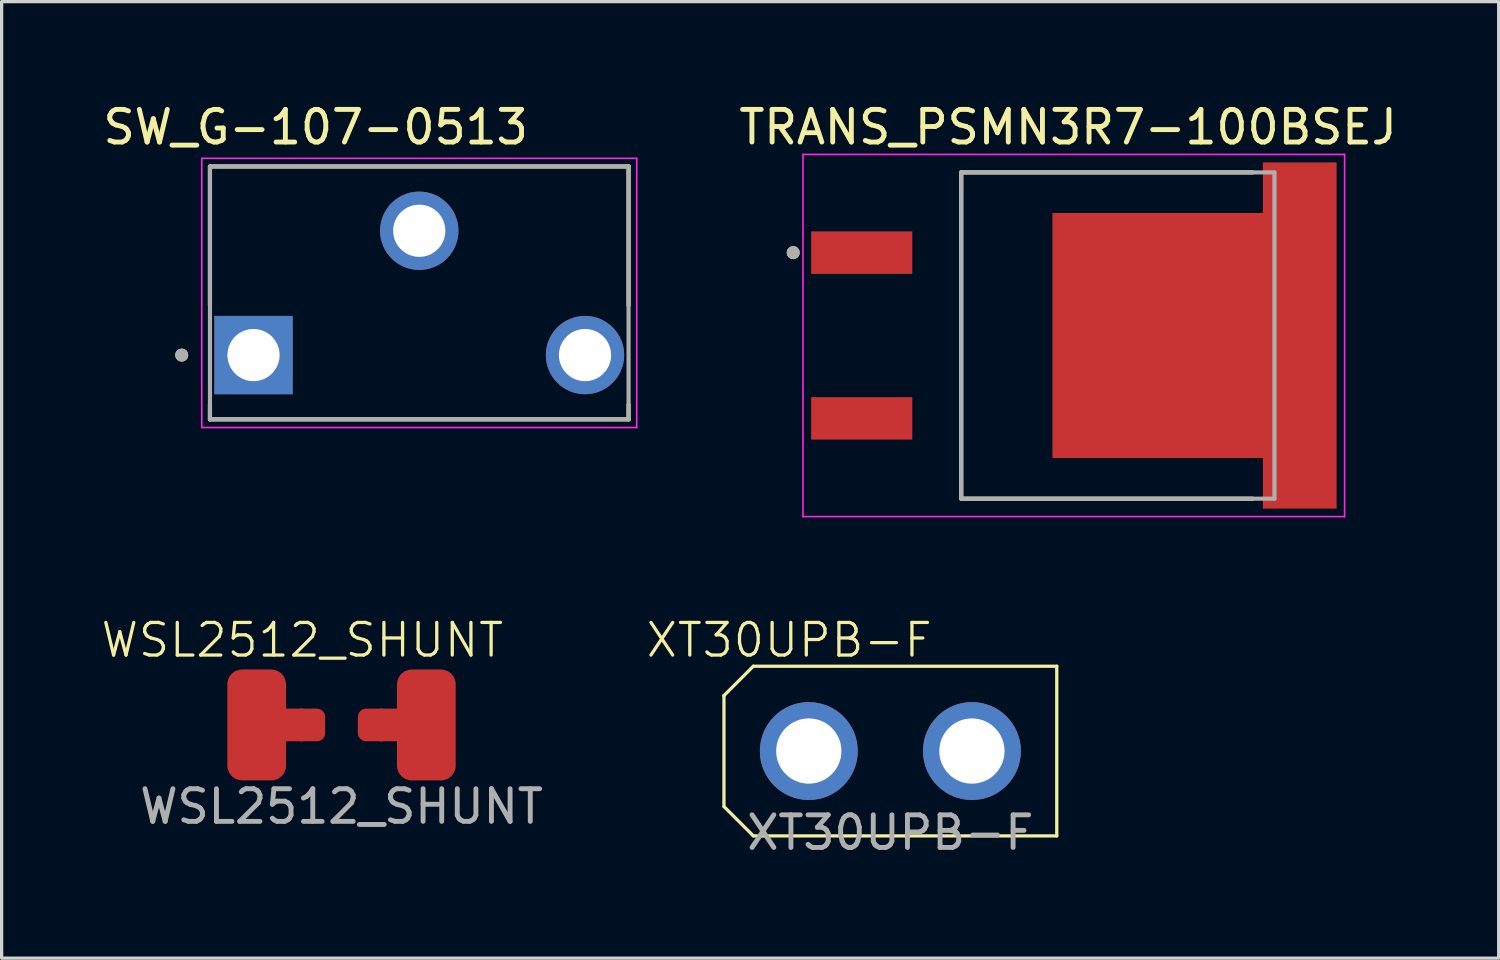
<source format=kicad_pcb>
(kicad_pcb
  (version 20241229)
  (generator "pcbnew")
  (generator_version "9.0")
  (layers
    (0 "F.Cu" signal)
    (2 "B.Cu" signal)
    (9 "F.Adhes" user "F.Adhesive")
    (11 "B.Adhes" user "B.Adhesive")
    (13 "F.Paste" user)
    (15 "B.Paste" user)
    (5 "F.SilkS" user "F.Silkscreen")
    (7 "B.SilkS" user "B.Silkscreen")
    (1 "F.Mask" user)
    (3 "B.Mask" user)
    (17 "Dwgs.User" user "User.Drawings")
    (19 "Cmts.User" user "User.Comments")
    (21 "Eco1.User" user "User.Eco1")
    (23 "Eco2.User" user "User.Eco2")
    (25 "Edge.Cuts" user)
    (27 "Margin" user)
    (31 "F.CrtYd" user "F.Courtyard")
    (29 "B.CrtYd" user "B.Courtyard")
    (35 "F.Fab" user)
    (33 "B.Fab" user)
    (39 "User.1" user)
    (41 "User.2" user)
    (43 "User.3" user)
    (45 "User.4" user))
  (footprint "XT30UPB-F"
    (layer "F.Cu")
    (at 24.239 19.969)
    (property "Reference" "XT30UPB-F" (at -3.1 -3.4 0) (unlocked yes) (layer "F.SilkS") (effects (font (size 1 1) (thickness 0.1))))
    (attr through_hole)
    (fp_line (start -5.1 -1.7) (end -5.1 1.7) (stroke (width 0.1) (type default)) (layer "F.SilkS"))
    (fp_line (start -5.1 1.7) (end -4.2 2.6) (stroke (width 0.1) (type default)) (layer "F.SilkS"))
    (fp_line (start -4.2 -2.6) (end -5.1 -1.7) (stroke (width 0.1) (type default)) (layer "F.SilkS"))
    (fp_line (start -4.2 -2.6) (end 5.1 -2.6) (stroke (width 0.1) (type default)) (layer "F.SilkS"))
    (fp_line (start 5.1 -2.6) (end 5.1 2.6) (stroke (width 0.1) (type default)) (layer "F.SilkS"))
    (fp_line (start 5.1 2.6) (end -4.2 2.6) (stroke (width 0.1) (type default)) (layer "F.SilkS"))
    (fp_text user "${REFERENCE}" (at 0 2.5 0) (unlocked yes) (layer "F.Fab") (effects (font (size 1 1) (thickness 0.15))))
    (pad "1" thru_hole circle (at -2.5 0) (size 3 3) (drill 2) (layers "*.Cu" "*.Mask"))
    (pad "2" thru_hole circle (at 2.5 0) (size 3 3) (drill 2) (layers "*.Cu" "*.Mask")))
  (footprint "WSL2512_SHUNT"
    (layer "F.Cu")
    (at 7.417 19.169)
    (property "Reference" "WSL2512_SHUNT" (at -1.2 -2.6 0) (unlocked yes) (layer "F.SilkS") (effects (font (size 1 1) (thickness 0.1))))
    (attr smd)
    (fp_poly (pts (xy -2 -0.4) (xy -1.2 -0.4) (xy -1.2 0.4) (xy -2 0.4)) (stroke (width 0.2) (type solid)) (fill yes) (layer "F.Cu"))
    (fp_poly (pts (xy 2 0.4) (xy 1.2 0.4) (xy 1.2 -0.4) (xy 2 -0.4)) (stroke (width 0.2) (type solid)) (fill yes) (layer "F.Cu"))
    (fp_poly (pts (xy -1.9 -0.4) (xy -1.1 -0.4) (xy -1.1 0.4) (xy -1.9 0.4)) (stroke (width 0.2) (type solid)) (fill yes) (layer "F.Mask"))
    (fp_poly (pts (xy 1.9 0.4) (xy 1.1 0.4) (xy 1.1 -0.4) (xy 1.9 -0.4)) (stroke (width 0.2) (type solid)) (fill yes) (layer "F.Mask"))
    (fp_poly (pts (xy -2 -0.4) (xy -1.2 -0.4) (xy -1.2 0.4) (xy -2 0.4)) (stroke (width 0.2) (type solid)) (fill yes) (layer "F.Paste"))
    (fp_poly (pts (xy 1.9 0.4) (xy 1.1 0.4) (xy 1.1 -0.4) (xy 1.9 -0.4)) (stroke (width 0.2) (type solid)) (fill yes) (layer "F.Paste"))
    (fp_text user "${REFERENCE}" (at 0 2.5 0) (unlocked yes) (layer "F.Fab") (effects (font (size 1 1) (thickness 0.15))))
    (pad "1" smd roundrect (at -2.6 0 90) (size 3.4 1.8) (layers "F.Cu" "F.Mask" "F.Paste") (roundrect_rratio 0.25))
    (pad "2" smd roundrect (at -1 0 180) (size 1 1) (layers "F.Cu" "F.Mask" "F.Paste") (roundrect_rratio 0.25))
    (pad "3" smd roundrect (at 1 0) (size 1 1) (layers "F.Cu" "F.Mask" "F.Paste") (roundrect_rratio 0.25))
    (pad "4" smd roundrect (at 2.6 0 90) (size 3.4 1.8) (layers "F.Cu" "F.Mask" "F.Paste") (roundrect_rratio 0.25)))
  (footprint "TRANS_PSMN3R7-100BSEJ"
    (layer "F.Cu")
    (at 29.761 7.233)
    (property "Reference" "TRANS_PSMN3R7-100BSEJ" (at -0.075 -6.385 0) (layer "F.SilkS") (effects (font (size 1 1) (thickness 0.15))))
    (attr smd)
    (fp_poly (pts (xy -7.95 -3.19) (xy -4.85 -3.19) (xy -4.85 -1.89) (xy -7.95 -1.89)) (stroke (width 0.01) (type solid)) (fill yes) (layer "F.Mask"))
    (fp_poly (pts (xy -7.95 1.89) (xy -4.85 1.89) (xy -4.85 3.19) (xy -7.95 3.19)) (stroke (width 0.01) (type solid)) (fill yes) (layer "F.Mask"))
    (fp_poly (pts (xy -0.55 -3.75) (xy -0.55 3.75) (xy 5.9 3.75) (xy 5.9 5.3) (xy 8.15 5.3) (xy 8.15 -5.3) (xy 5.9 -5.3) (xy 5.9 -3.75)) (stroke (width 0.01) (type solid)) (fill yes) (layer "F.Mask"))
    (fp_line (start -3.35 -5) (end 5.58 -5) (stroke (width 0.127) (type solid)) (layer "F.SilkS"))
    (fp_line (start -3.35 5) (end -3.35 -5) (stroke (width 0.127) (type solid)) (layer "F.SilkS"))
    (fp_line (start 5.58 5) (end -3.35 5) (stroke (width 0.127) (type solid)) (layer "F.SilkS"))
    (fp_circle (center -8.5 -2.54) (end -8.4 -2.54) (stroke (width 0.2) (type solid)) (fill no) (layer "F.SilkS"))
    (fp_poly (pts (xy -7.9 -3.14) (xy -6.5 -3.14) (xy -6.5 -1.94) (xy -7.9 -1.94)) (stroke (width 0.01) (type solid)) (fill yes) (layer "F.Paste"))
    (fp_poly (pts (xy -7.9 1.94) (xy -6.5 1.94) (xy -6.5 3.14) (xy -7.9 3.14)) (stroke (width 0.01) (type solid)) (fill yes) (layer "F.Paste"))
    (fp_poly (pts (xy -6.3 -3.14) (xy -4.9 -3.14) (xy -4.9 -1.94) (xy -6.3 -1.94)) (stroke (width 0.01) (type solid)) (fill yes) (layer "F.Paste"))
    (fp_poly (pts (xy -6.3 1.94) (xy -4.9 1.94) (xy -4.9 3.14) (xy -6.3 3.14)) (stroke (width 0.01) (type solid)) (fill yes) (layer "F.Paste"))
    (fp_poly (pts (xy -0.25 -3.7) (xy 1.25 -3.7) (xy 1.25 -2) (xy -0.25 -2)) (stroke (width 0.01) (type solid)) (fill yes) (layer "F.Paste"))
    (fp_poly (pts (xy -0.25 -1.8) (xy 1.25 -1.8) (xy 1.25 -0.1) (xy -0.25 -0.1)) (stroke (width 0.01) (type solid)) (fill yes) (layer "F.Paste"))
    (fp_poly (pts (xy -0.25 0.1) (xy 1.25 0.1) (xy 1.25 1.8) (xy -0.25 1.8)) (stroke (width 0.01) (type solid)) (fill yes) (layer "F.Paste"))
    (fp_poly (pts (xy -0.25 2) (xy 1.25 2) (xy 1.25 3.7) (xy -0.25 3.7)) (stroke (width 0.01) (type solid)) (fill yes) (layer "F.Paste"))
    (fp_poly (pts (xy 2.85 -3.7) (xy 4.35 -3.7) (xy 4.35 -2) (xy 2.85 -2)) (stroke (width 0.01) (type solid)) (fill yes) (layer "F.Paste"))
    (fp_poly (pts (xy 2.85 -1.8) (xy 4.35 -1.8) (xy 4.35 -0.1) (xy 2.85 -0.1)) (stroke (width 0.01) (type solid)) (fill yes) (layer "F.Paste"))
    (fp_poly (pts (xy 2.85 0.1) (xy 4.35 0.1) (xy 4.35 1.8) (xy 2.85 1.8)) (stroke (width 0.01) (type solid)) (fill yes) (layer "F.Paste"))
    (fp_poly (pts (xy 2.85 2) (xy 4.35 2) (xy 4.35 3.7) (xy 2.85 3.7)) (stroke (width 0.01) (type solid)) (fill yes) (layer "F.Paste"))
    (fp_poly (pts (xy 5.95 -5.25) (xy 8.1 -5.25) (xy 8.1 -3.75) (xy 5.95 -3.75)) (stroke (width 0.01) (type solid)) (fill yes) (layer "F.Paste"))
    (fp_poly (pts (xy 5.95 -3.45) (xy 8.1 -3.45) (xy 8.1 -1.95) (xy 5.95 -1.95)) (stroke (width 0.01) (type solid)) (fill yes) (layer "F.Paste"))
    (fp_poly (pts (xy 5.95 -1.65) (xy 8.1 -1.65) (xy 8.1 -0.15) (xy 5.95 -0.15)) (stroke (width 0.01) (type solid)) (fill yes) (layer "F.Paste"))
    (fp_poly (pts (xy 5.95 0.15) (xy 8.1 0.15) (xy 8.1 1.65) (xy 5.95 1.65)) (stroke (width 0.01) (type solid)) (fill yes) (layer "F.Paste"))
    (fp_poly (pts (xy 5.95 1.95) (xy 8.1 1.95) (xy 8.1 3.45) (xy 5.95 3.45)) (stroke (width 0.01) (type solid)) (fill yes) (layer "F.Paste"))
    (fp_poly (pts (xy 5.95 3.75) (xy 8.1 3.75) (xy 8.1 5.25) (xy 5.95 5.25)) (stroke (width 0.01) (type solid)) (fill yes) (layer "F.Paste"))
    (fp_line (start -8.2 -5.55) (end -8.2 5.55) (stroke (width 0.05) (type solid)) (layer "F.CrtYd"))
    (fp_line (start -8.2 5.55) (end 8.4 5.55) (stroke (width 0.05) (type solid)) (layer "F.CrtYd"))
    (fp_line (start 8.4 -5.55) (end -8.2 -5.55) (stroke (width 0.05) (type solid)) (layer "F.CrtYd"))
    (fp_line (start 8.4 5.55) (end 8.4 -5.55) (stroke (width 0.05) (type solid)) (layer "F.CrtYd"))
    (fp_line (start -3.35 -5) (end 6.25 -5) (stroke (width 0.127) (type solid)) (layer "F.Fab"))
    (fp_line (start -3.35 5) (end -3.35 -5) (stroke (width 0.127) (type solid)) (layer "F.Fab"))
    (fp_line (start 6.25 -5) (end 6.25 5) (stroke (width 0.127) (type solid)) (layer "F.Fab"))
    (fp_line (start 6.25 5) (end -3.35 5) (stroke (width 0.127) (type solid)) (layer "F.Fab"))
    (fp_circle (center -8.5 -2.54) (end -8.4 -2.54) (stroke (width 0.2) (type solid)) (fill no) (layer "F.Fab"))
    (pad "1" smd rect (at -6.4 -2.54) (size 3.1 1.3) (layers "F.Cu"))
    (pad "3" smd rect (at -6.4 2.54) (size 3.1 1.3) (layers "F.Cu"))
    (pad "MB" smd custom (at 3.8 0) (size 4 4) (layers "F.Cu") (options (anchor rect)) (primitives (gr_poly (pts (xy -4.35 -3.75) (xy -4.35 3.75) (xy 2.1 3.75) (xy 2.1 5.3) (xy 4.35 5.3) (xy 4.35 -5.3) (xy 2.1 -5.3) (xy 2.1 -3.75)) (width 0.01) (fill yes)))))
  (footprint "SW_G-107-0513"
    (layer "F.Cu")
    (at 9.8 5.928)
    (property "Reference" "SW_G-107-0513" (at -3.175 -5.08 0) (layer "F.SilkS") (effects (font (size 1 1) (thickness 0.15))))
    (attr through_hole)
    (fp_line (start -6.415 -3.875) (end 6.415 -3.875) (stroke (width 0.127) (type solid)) (layer "F.SilkS"))
    (fp_line (start -6.415 0.385) (end -6.415 -3.875) (stroke (width 0.127) (type solid)) (layer "F.SilkS"))
    (fp_line (start -6.415 3.875) (end -6.415 3.425) (stroke (width 0.127) (type solid)) (layer "F.SilkS"))
    (fp_line (start 6.415 -3.875) (end 6.415 0.385) (stroke (width 0.127) (type solid)) (layer "F.SilkS"))
    (fp_line (start 6.415 3.875) (end -6.415 3.875) (stroke (width 0.127) (type solid)) (layer "F.SilkS"))
    (fp_line (start 6.415 3.875) (end 6.415 3.425) (stroke (width 0.127) (type solid)) (layer "F.SilkS"))
    (fp_circle (center -7.28 1.905) (end -7.18 1.905) (stroke (width 0.2) (type solid)) (fill no) (layer "F.SilkS"))
    (fp_line (start -6.665 -4.125) (end -6.665 4.125) (stroke (width 0.05) (type solid)) (layer "F.CrtYd"))
    (fp_line (start -6.665 4.125) (end 6.665 4.125) (stroke (width 0.05) (type solid)) (layer "F.CrtYd"))
    (fp_line (start 6.665 -4.125) (end -6.665 -4.125) (stroke (width 0.05) (type solid)) (layer "F.CrtYd"))
    (fp_line (start 6.665 4.125) (end 6.665 -4.125) (stroke (width 0.05) (type solid)) (layer "F.CrtYd"))
    (fp_line (start -6.415 -3.875) (end 6.415 -3.875) (stroke (width 0.127) (type solid)) (layer "F.Fab"))
    (fp_line (start -6.415 3.875) (end -6.415 -3.875) (stroke (width 0.127) (type solid)) (layer "F.Fab"))
    (fp_line (start 6.415 -3.875) (end 6.415 3.875) (stroke (width 0.127) (type solid)) (layer "F.Fab"))
    (fp_line (start 6.415 3.875) (end -6.415 3.875) (stroke (width 0.127) (type solid)) (layer "F.Fab"))
    (fp_circle (center -7.28 1.905) (end -7.18 1.905) (stroke (width 0.2) (type solid)) (fill no) (layer "F.Fab"))
    (pad "1" thru_hole rect (at -5.08 1.905) (size 2.4 2.4) (drill 1.6) (layers "*.Cu" "*.Mask"))
    (pad "2" thru_hole circle (at 0 -1.905) (size 2.4 2.4) (drill 1.6) (layers "*.Cu" "*.Mask"))
    (pad "3" thru_hole circle (at 5.08 1.905) (size 2.4 2.4) (drill 1.6) (layers "*.Cu" "*.Mask")))
  (gr_rect
    (start -3 -3)
    (end 42.883 26.317)
    (stroke (width 0.1) (type default))
    (fill no)
    (layer "Edge.Cuts")))
</source>
